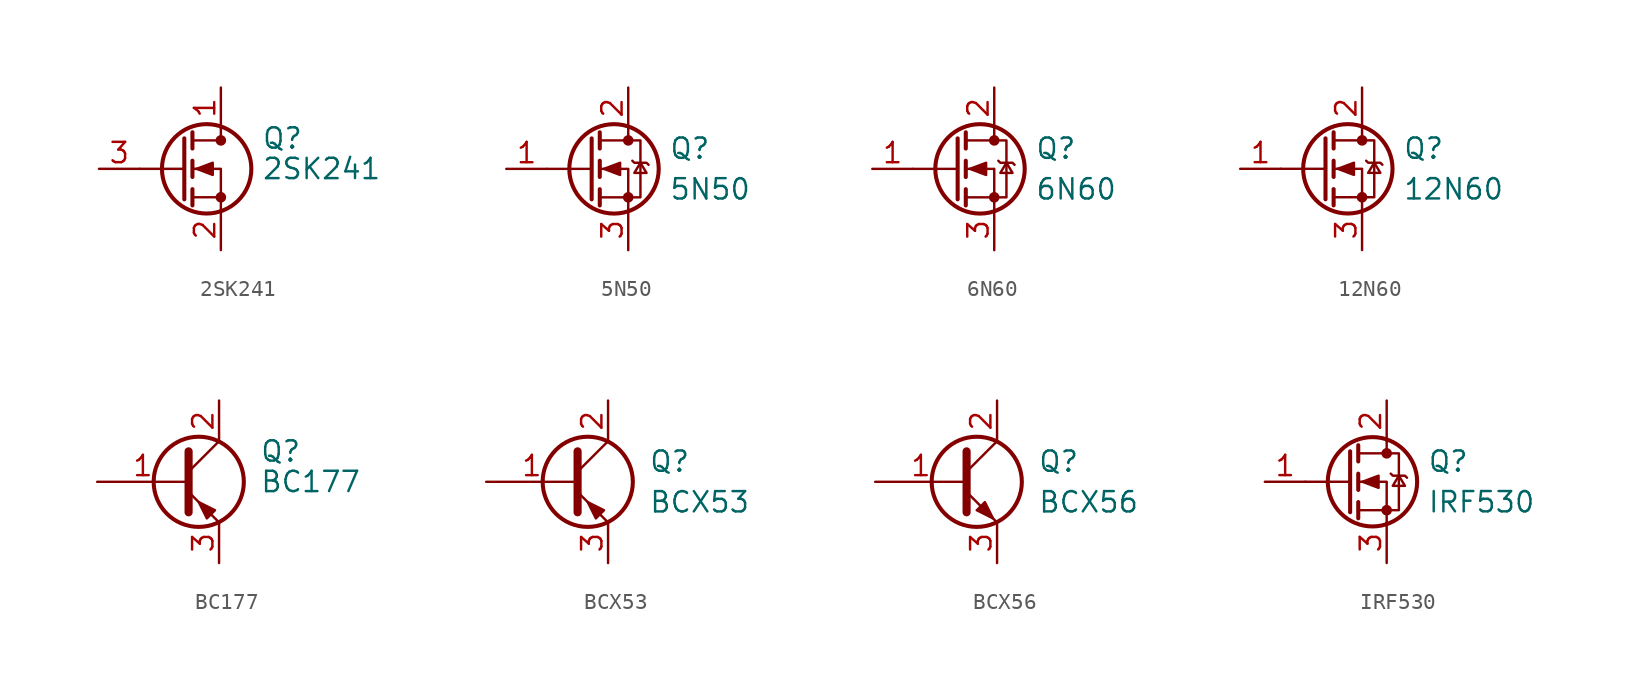
<source format=kicad_sym>
(kicad_symbol_lib
  (version 20220914)
  (generator kicad_symbol_editor)
  (symbol "2SK241"
    (pin_names hide)
    (property "Reference" "Q"
      (at 5.08 1.905 0)
      (effects (font (size 1.27 1.27)) (justify left)))
    (property "Value" "2SK241"
      (at 5.08 0 0)
      (effects (font (size 1.27 1.27)) (justify left)))
    (symbol "2SK241_0_1"
      (polyline (pts (xy 0.254 0) (xy -2.54 0)) (stroke (width 0) (type default)) (fill (type none)))
      (polyline (pts (xy 0.254 1.905) (xy 0.254 -1.905)) (stroke (width 0.254) (type default)) (fill (type none)))
      (polyline (pts (xy 0.762 -1.778) (xy 2.54 -1.778)) (stroke (width 0) (type default)) (fill (type none)))
      (polyline (pts (xy 0.762 -1.27) (xy 0.762 -2.286)) (stroke (width 0.254) (type default)) (fill (type none)))
      (polyline (pts (xy 0.762 0.508) (xy 0.762 -0.508)) (stroke (width 0.254) (type default)) (fill (type none)))
      (polyline (pts (xy 0.762 2.286) (xy 0.762 1.27)) (stroke (width 0.254) (type default)) (fill (type none)))
      (polyline (pts (xy 2.54 1.778) (xy 0.762 1.778)) (stroke (width 0) (type default)) (fill (type none)))
      (polyline (pts (xy 2.54 2.54) (xy 2.54 1.778)) (stroke (width 0) (type default)) (fill (type none)))
      (polyline (pts (xy 2.54 -2.54) (xy 2.54 0) (xy 0.762 0)) (stroke (width 0) (type default)) (fill (type none)))
      (polyline (pts (xy 1.016 0) (xy 2.032 0.381) (xy 2.032 -0.381) (xy 1.016 0)) (stroke (width 0) (type default)) (fill (type outline)))
      (circle (center 1.651 0) (radius 2.794) (stroke (width 0.254) (type default)) (fill (type none)))
      (circle (center 2.54 -1.778) (radius 0.254) (stroke (width 0) (type default)) (fill (type outline)))
      (circle (center 2.54 1.778) (radius 0.254) (stroke (width 0) (type default)) (fill (type outline))))
    (symbol "2SK241_1_1"
      (pin passive line (at 2.54 5.08 270) (length 2.54) (name "D" (effects (font (size 1.27 1.27)))) (number "1" (effects (font (size 1.27 1.27)))))
      (pin passive line (at 2.54 -5.08 90) (length 2.54) (name "S" (effects (font (size 1.27 1.27)))) (number "2" (effects (font (size 1.27 1.27)))))
      (pin input line (at -5.08 0 0) (length 2.54) (name "G" (effects (font (size 1.27 1.27)))) (number "3" (effects (font (size 1.27 1.27)))))))
  (symbol "5N50"
    (pin_names
      (offset 0) hide)
    (property "Reference" "Q"
      (at 5.08 1.27 0)
      (effects (font (size 1.27 1.27)) (justify left)))
    (property "Value" "5N50"
      (at 5.08 -1.27 0)
      (effects (font (size 1.27 1.27)) (justify left)))
    (symbol "5N50_0_1"
      (polyline (pts (xy 0.254 0) (xy -2.54 0)) (stroke (width 0) (type default)) (fill (type none)))
      (polyline (pts (xy 0.254 1.905) (xy 0.254 -1.905)) (stroke (width 0.254) (type default)) (fill (type none)))
      (polyline (pts (xy 0.762 -1.27) (xy 0.762 -2.286)) (stroke (width 0.254) (type default)) (fill (type none)))
      (polyline (pts (xy 0.762 0.508) (xy 0.762 -0.508)) (stroke (width 0.254) (type default)) (fill (type none)))
      (polyline (pts (xy 0.762 2.286) (xy 0.762 1.27)) (stroke (width 0.254) (type default)) (fill (type none)))
      (polyline (pts (xy 2.54 2.54) (xy 2.54 1.778)) (stroke (width 0) (type default)) (fill (type none)))
      (polyline (pts (xy 2.54 -2.54) (xy 2.54 0) (xy 0.762 0)) (stroke (width 0) (type default)) (fill (type none)))
      (polyline (pts (xy 0.762 -1.778) (xy 3.302 -1.778) (xy 3.302 1.778) (xy 0.762 1.778)) (stroke (width 0) (type default)) (fill (type none)))
      (polyline (pts (xy 1.016 0) (xy 2.032 0.381) (xy 2.032 -0.381) (xy 1.016 0)) (stroke (width 0) (type default)) (fill (type outline)))
      (polyline (pts (xy 2.794 0.508) (xy 2.921 0.381) (xy 3.683 0.381) (xy 3.81 0.254)) (stroke (width 0) (type default)) (fill (type none)))
      (polyline (pts (xy 3.302 0.381) (xy 2.921 -0.254) (xy 3.683 -0.254) (xy 3.302 0.381)) (stroke (width 0) (type default)) (fill (type none)))
      (circle (center 1.651 0) (radius 2.794) (stroke (width 0.254) (type default)) (fill (type none)))
      (circle (center 2.54 -1.778) (radius 0.254) (stroke (width 0) (type default)) (fill (type outline)))
      (circle (center 2.54 1.778) (radius 0.254) (stroke (width 0) (type default)) (fill (type outline))))
    (symbol "5N50_1_1"
      (pin input line (at -5.08 0 0) (length 2.54) (name "G" (effects (font (size 1.27 1.27)))) (number "1" (effects (font (size 1.27 1.27)))))
      (pin passive line (at 2.54 5.08 270) (length 2.54) (name "D" (effects (font (size 1.27 1.27)))) (number "2" (effects (font (size 1.27 1.27)))))
      (pin passive line (at 2.54 -5.08 90) (length 2.54) (name "S" (effects (font (size 1.27 1.27)))) (number "3" (effects (font (size 1.27 1.27)))))))
  (symbol "6N60"
    (pin_names
      (offset 0) hide)
    (property "Reference" "Q"
      (at 5.08 1.27 0)
      (effects (font (size 1.27 1.27)) (justify left)))
    (property "Value" "6N60"
      (at 5.08 -1.27 0)
      (effects (font (size 1.27 1.27)) (justify left)))
    (symbol "6N60_0_1"
      (polyline (pts (xy 0.254 0) (xy -2.54 0)) (stroke (width 0) (type default)) (fill (type none)))
      (polyline (pts (xy 0.254 1.905) (xy 0.254 -1.905)) (stroke (width 0.254) (type default)) (fill (type none)))
      (polyline (pts (xy 0.762 -1.27) (xy 0.762 -2.286)) (stroke (width 0.254) (type default)) (fill (type none)))
      (polyline (pts (xy 0.762 0.508) (xy 0.762 -0.508)) (stroke (width 0.254) (type default)) (fill (type none)))
      (polyline (pts (xy 0.762 2.286) (xy 0.762 1.27)) (stroke (width 0.254) (type default)) (fill (type none)))
      (polyline (pts (xy 2.54 2.54) (xy 2.54 1.778)) (stroke (width 0) (type default)) (fill (type none)))
      (polyline (pts (xy 2.54 -2.54) (xy 2.54 0) (xy 0.762 0)) (stroke (width 0) (type default)) (fill (type none)))
      (polyline (pts (xy 0.762 -1.778) (xy 3.302 -1.778) (xy 3.302 1.778) (xy 0.762 1.778)) (stroke (width 0) (type default)) (fill (type none)))
      (polyline (pts (xy 1.016 0) (xy 2.032 0.381) (xy 2.032 -0.381) (xy 1.016 0)) (stroke (width 0) (type default)) (fill (type outline)))
      (polyline (pts (xy 2.794 0.508) (xy 2.921 0.381) (xy 3.683 0.381) (xy 3.81 0.254)) (stroke (width 0) (type default)) (fill (type none)))
      (polyline (pts (xy 3.302 0.381) (xy 2.921 -0.254) (xy 3.683 -0.254) (xy 3.302 0.381)) (stroke (width 0) (type default)) (fill (type none)))
      (circle (center 1.651 0) (radius 2.794) (stroke (width 0.254) (type default)) (fill (type none)))
      (circle (center 2.54 -1.778) (radius 0.254) (stroke (width 0) (type default)) (fill (type outline)))
      (circle (center 2.54 1.778) (radius 0.254) (stroke (width 0) (type default)) (fill (type outline))))
    (symbol "6N60_1_1"
      (pin input line (at -5.08 0 0) (length 2.54) (name "G" (effects (font (size 1.27 1.27)))) (number "1" (effects (font (size 1.27 1.27)))))
      (pin passive line (at 2.54 5.08 270) (length 2.54) (name "D" (effects (font (size 1.27 1.27)))) (number "2" (effects (font (size 1.27 1.27)))))
      (pin passive line (at 2.54 -5.08 90) (length 2.54) (name "S" (effects (font (size 1.27 1.27)))) (number "3" (effects (font (size 1.27 1.27)))))))
  (symbol "12N60"
    (pin_names
      (offset 0) hide)
    (property "Reference" "Q"
      (at 5.08 1.27 0)
      (effects (font (size 1.27 1.27)) (justify left)))
    (property "Value" "12N60"
      (at 5.08 -1.27 0)
      (effects (font (size 1.27 1.27)) (justify left)))
    (symbol "12N60_0_1"
      (polyline (pts (xy 0.254 0) (xy -2.54 0)) (stroke (width 0) (type default)) (fill (type none)))
      (polyline (pts (xy 0.254 1.905) (xy 0.254 -1.905)) (stroke (width 0.254) (type default)) (fill (type none)))
      (polyline (pts (xy 0.762 -1.27) (xy 0.762 -2.286)) (stroke (width 0.254) (type default)) (fill (type none)))
      (polyline (pts (xy 0.762 0.508) (xy 0.762 -0.508)) (stroke (width 0.254) (type default)) (fill (type none)))
      (polyline (pts (xy 0.762 2.286) (xy 0.762 1.27)) (stroke (width 0.254) (type default)) (fill (type none)))
      (polyline (pts (xy 2.54 2.54) (xy 2.54 1.778)) (stroke (width 0) (type default)) (fill (type none)))
      (polyline (pts (xy 2.54 -2.54) (xy 2.54 0) (xy 0.762 0)) (stroke (width 0) (type default)) (fill (type none)))
      (polyline (pts (xy 0.762 -1.778) (xy 3.302 -1.778) (xy 3.302 1.778) (xy 0.762 1.778)) (stroke (width 0) (type default)) (fill (type none)))
      (polyline (pts (xy 1.016 0) (xy 2.032 0.381) (xy 2.032 -0.381) (xy 1.016 0)) (stroke (width 0) (type default)) (fill (type outline)))
      (polyline (pts (xy 2.794 0.508) (xy 2.921 0.381) (xy 3.683 0.381) (xy 3.81 0.254)) (stroke (width 0) (type default)) (fill (type none)))
      (polyline (pts (xy 3.302 0.381) (xy 2.921 -0.254) (xy 3.683 -0.254) (xy 3.302 0.381)) (stroke (width 0) (type default)) (fill (type none)))
      (circle (center 1.651 0) (radius 2.794) (stroke (width 0.254) (type default)) (fill (type none)))
      (circle (center 2.54 -1.778) (radius 0.254) (stroke (width 0) (type default)) (fill (type outline)))
      (circle (center 2.54 1.778) (radius 0.254) (stroke (width 0) (type default)) (fill (type outline))))
    (symbol "12N60_1_1"
      (pin input line (at -5.08 0 0) (length 2.54) (name "G" (effects (font (size 1.27 1.27)))) (number "1" (effects (font (size 1.27 1.27)))))
      (pin passive line (at 2.54 5.08 270) (length 2.54) (name "D" (effects (font (size 1.27 1.27)))) (number "2" (effects (font (size 1.27 1.27)))))
      (pin passive line (at 2.54 -5.08 90) (length 2.54) (name "S" (effects (font (size 1.27 1.27)))) (number "3" (effects (font (size 1.27 1.27)))))))
  (symbol "BC177"
    (pin_names
      (offset 0) hide)
    (property "Reference" "Q"
      (at 5.08 1.905 0)
      (effects (font (size 1.27 1.27)) (justify left)))
    (property "Value" "BC177"
      (at 5.08 0 0)
      (effects (font (size 1.27 1.27)) (justify left)))
    (symbol "BC177_0_1"
      (polyline (pts (xy 0.635 0.635) (xy 2.54 2.54)) (stroke (width 0) (type default)) (fill (type none)))
      (polyline (pts (xy 0.635 -0.635) (xy 2.54 -2.54) (xy 2.54 -2.54)) (stroke (width 0) (type default)) (fill (type none)))
      (polyline (pts (xy 0.635 1.905) (xy 0.635 -1.905) (xy 0.635 -1.905)) (stroke (width 0.508) (type default)) (fill (type none)))
      (polyline (pts (xy 2.286 -1.778) (xy 1.778 -2.286) (xy 1.27 -1.27) (xy 2.286 -1.778) (xy 2.286 -1.778)) (stroke (width 0) (type default)) (fill (type outline)))
      (circle (center 1.27 0) (radius 2.819) (stroke (width 0.254) (type default)) (fill (type none))))
    (symbol "BC177_1_1"
      (pin input line (at -5.08 0 0) (length 5.715) (name "B" (effects (font (size 1.27 1.27)))) (number "1" (effects (font (size 1.27 1.27)))))
      (pin passive line (at 2.54 5.08 270) (length 2.54) (name "C" (effects (font (size 1.27 1.27)))) (number "2" (effects (font (size 1.27 1.27)))))
      (pin passive line (at 2.54 -5.08 90) (length 2.54) (name "E" (effects (font (size 1.27 1.27)))) (number "3" (effects (font (size 1.27 1.27)))))))
  (symbol "BCX53"
    (pin_names
      (offset 0) hide)
    (property "Reference" "Q"
      (at 5.08 1.27 0)
      (effects (font (size 1.27 1.27)) (justify left)))
    (property "Value" "BCX53"
      (at 5.08 -1.27 0)
      (effects (font (size 1.27 1.27)) (justify left)))
    (symbol "BCX53_0_1"
      (polyline (pts (xy 0.635 0.635) (xy 2.54 2.54)) (stroke (width 0) (type default)) (fill (type none)))
      (polyline (pts (xy 0.635 -0.635) (xy 2.54 -2.54) (xy 2.54 -2.54)) (stroke (width 0) (type default)) (fill (type none)))
      (polyline (pts (xy 0.635 1.905) (xy 0.635 -1.905) (xy 0.635 -1.905)) (stroke (width 0.508) (type default)) (fill (type none)))
      (polyline (pts (xy 2.286 -1.778) (xy 1.778 -2.286) (xy 1.27 -1.27) (xy 2.286 -1.778) (xy 2.286 -1.778)) (stroke (width 0) (type default)) (fill (type outline)))
      (circle (center 1.27 0) (radius 2.819) (stroke (width 0.254) (type default)) (fill (type none))))
    (symbol "BCX53_1_1"
      (pin input line (at -5.08 0 0) (length 5.715) (name "B" (effects (font (size 1.27 1.27)))) (number "1" (effects (font (size 1.27 1.27)))))
      (pin passive line (at 2.54 5.08 270) (length 2.54) (name "C" (effects (font (size 1.27 1.27)))) (number "2" (effects (font (size 1.27 1.27)))))
      (pin passive line (at 2.54 -5.08 90) (length 2.54) (name "E" (effects (font (size 1.27 1.27)))) (number "3" (effects (font (size 1.27 1.27)))))))
  (symbol "BCX56"
    (pin_names
      (offset 0) hide)
    (property "Reference" "Q"
      (at 5.08 1.27 0)
      (effects (font (size 1.27 1.27)) (justify left)))
    (property "Value" "BCX56"
      (at 5.08 -1.27 0)
      (effects (font (size 1.27 1.27)) (justify left)))
    (symbol "BCX56_0_1"
      (polyline (pts (xy 0.635 0.635) (xy 2.54 2.54)) (stroke (width 0) (type default)) (fill (type none)))
      (polyline (pts (xy 0.635 -0.635) (xy 2.54 -2.54) (xy 2.54 -2.54)) (stroke (width 0) (type default)) (fill (type none)))
      (polyline (pts (xy 0.635 1.905) (xy 0.635 -1.905) (xy 0.635 -1.905)) (stroke (width 0.508) (type default)) (fill (type none)))
      (polyline (pts (xy 1.27 -1.778) (xy 1.778 -1.27) (xy 2.286 -2.286) (xy 1.27 -1.778) (xy 1.27 -1.778)) (stroke (width 0) (type default)) (fill (type outline)))
      (circle (center 1.27 0) (radius 2.819) (stroke (width 0.254) (type default)) (fill (type none))))
    (symbol "BCX56_1_1"
      (pin passive line (at -5.08 0 0) (length 5.715) (name "B" (effects (font (size 1.27 1.27)))) (number "1" (effects (font (size 1.27 1.27)))))
      (pin passive line (at 2.54 5.08 270) (length 2.54) (name "C" (effects (font (size 1.27 1.27)))) (number "2" (effects (font (size 1.27 1.27)))))
      (pin passive line (at 2.54 -5.08 90) (length 2.54) (name "E" (effects (font (size 1.27 1.27)))) (number "3" (effects (font (size 1.27 1.27)))))))
  (symbol "IRF530"
    (pin_names
      (offset 0) hide)
    (property "Reference" "Q"
      (at 5.08 1.27 0)
      (effects (font (size 1.27 1.27)) (justify left)))
    (property "Value" "IRF530"
      (at 5.08 -1.27 0)
      (effects (font (size 1.27 1.27)) (justify left)))
    (symbol "IRF530_0_1"
      (polyline (pts (xy 0.254 0) (xy -2.54 0)) (stroke (width 0) (type default)) (fill (type none)))
      (polyline (pts (xy 0.254 1.905) (xy 0.254 -1.905)) (stroke (width 0.254) (type default)) (fill (type none)))
      (polyline (pts (xy 0.762 -1.27) (xy 0.762 -2.286)) (stroke (width 0.254) (type default)) (fill (type none)))
      (polyline (pts (xy 0.762 0.508) (xy 0.762 -0.508)) (stroke (width 0.254) (type default)) (fill (type none)))
      (polyline (pts (xy 0.762 2.286) (xy 0.762 1.27)) (stroke (width 0.254) (type default)) (fill (type none)))
      (polyline (pts (xy 2.54 2.54) (xy 2.54 1.778)) (stroke (width 0) (type default)) (fill (type none)))
      (polyline (pts (xy 2.54 -2.54) (xy 2.54 0) (xy 0.762 0)) (stroke (width 0) (type default)) (fill (type none)))
      (polyline (pts (xy 0.762 -1.778) (xy 3.302 -1.778) (xy 3.302 1.778) (xy 0.762 1.778)) (stroke (width 0) (type default)) (fill (type none)))
      (polyline (pts (xy 1.016 0) (xy 2.032 0.381) (xy 2.032 -0.381) (xy 1.016 0)) (stroke (width 0) (type default)) (fill (type outline)))
      (polyline (pts (xy 2.794 0.508) (xy 2.921 0.381) (xy 3.683 0.381) (xy 3.81 0.254)) (stroke (width 0) (type default)) (fill (type none)))
      (polyline (pts (xy 3.302 0.381) (xy 2.921 -0.254) (xy 3.683 -0.254) (xy 3.302 0.381)) (stroke (width 0) (type default)) (fill (type none)))
      (circle (center 1.651 0) (radius 2.794) (stroke (width 0.254) (type default)) (fill (type none)))
      (circle (center 2.54 -1.778) (radius 0.254) (stroke (width 0) (type default)) (fill (type outline)))
      (circle (center 2.54 1.778) (radius 0.254) (stroke (width 0) (type default)) (fill (type outline))))
    (symbol "IRF530_1_1"
      (pin input line (at -5.08 0 0) (length 2.54) (name "G" (effects (font (size 1.27 1.27)))) (number "1" (effects (font (size 1.27 1.27)))))
      (pin passive line (at 2.54 5.08 270) (length 2.54) (name "D" (effects (font (size 1.27 1.27)))) (number "2" (effects (font (size 1.27 1.27)))))
      (pin passive line (at 2.54 -5.08 90) (length 2.54) (name "S" (effects (font (size 1.27 1.27)))) (number "3" (effects (font (size 1.27 1.27))))))))
</source>
